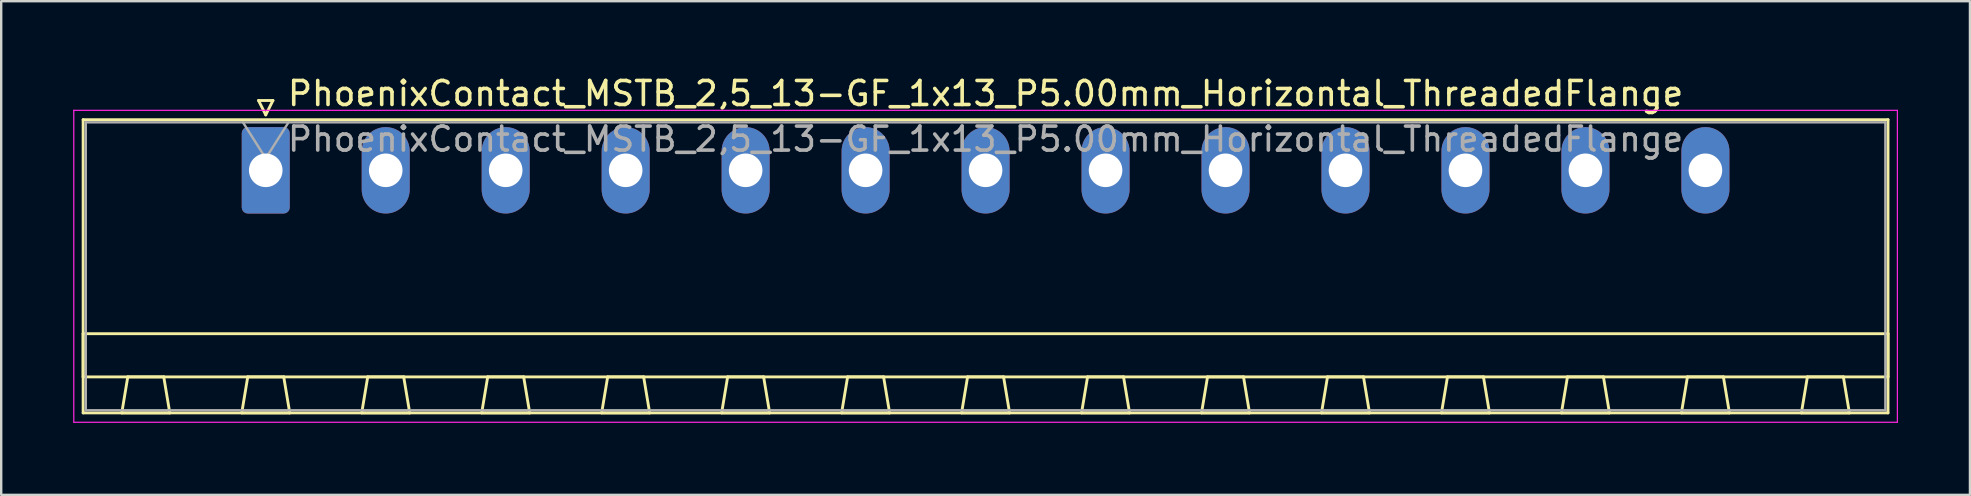
<source format=kicad_pcb>
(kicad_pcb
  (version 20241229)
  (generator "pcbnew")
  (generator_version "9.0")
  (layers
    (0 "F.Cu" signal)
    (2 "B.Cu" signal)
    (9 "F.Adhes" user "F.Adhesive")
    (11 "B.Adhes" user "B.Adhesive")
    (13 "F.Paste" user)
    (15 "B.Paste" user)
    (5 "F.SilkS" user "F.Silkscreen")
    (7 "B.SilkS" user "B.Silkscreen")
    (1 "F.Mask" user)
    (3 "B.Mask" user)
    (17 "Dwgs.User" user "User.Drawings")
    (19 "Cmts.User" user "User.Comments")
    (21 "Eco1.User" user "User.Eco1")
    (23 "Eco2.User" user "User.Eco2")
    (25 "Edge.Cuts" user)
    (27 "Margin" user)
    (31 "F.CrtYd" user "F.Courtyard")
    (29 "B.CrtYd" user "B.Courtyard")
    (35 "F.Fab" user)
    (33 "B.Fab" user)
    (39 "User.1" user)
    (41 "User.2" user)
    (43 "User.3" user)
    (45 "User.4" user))
  (footprint "PhoenixContact_MSTB_2,5_13-GF_1x13_P5.00mm_Horizontal_ThreadedFlange"
    (layer "F.Cu")
    (at 8.025 4.048)
    (property "Reference" "PhoenixContact_MSTB_2,5_13-GF_1x13_P5.00mm_Horizontal_ThreadedFlange" (at 30 -3.2 0) (layer "F.SilkS") (effects (font (size 1 1) (thickness 0.15))))
    (attr through_hole)
    (fp_line (start -7.61 -2.11) (end -7.61 10.11) (stroke (width 0.12) (type solid)) (layer "F.SilkS"))
    (fp_line (start -7.61 6.81) (end 67.61 6.81) (stroke (width 0.12) (type solid)) (layer "F.SilkS"))
    (fp_line (start -7.61 8.61) (end -7.61 6.81) (stroke (width 0.12) (type solid)) (layer "F.SilkS"))
    (fp_line (start -7.61 10.11) (end 67.61 10.11) (stroke (width 0.12) (type solid)) (layer "F.SilkS"))
    (fp_line (start -6 10.11) (end -4 10.11) (stroke (width 0.12) (type solid)) (layer "F.SilkS"))
    (fp_line (start -5.75 8.61) (end -6 10.11) (stroke (width 0.12) (type solid)) (layer "F.SilkS"))
    (fp_line (start -4.25 8.61) (end -5.75 8.61) (stroke (width 0.12) (type solid)) (layer "F.SilkS"))
    (fp_line (start -4 10.11) (end -4.25 8.61) (stroke (width 0.12) (type solid)) (layer "F.SilkS"))
    (fp_line (start -1 10.11) (end 1 10.11) (stroke (width 0.12) (type solid)) (layer "F.SilkS"))
    (fp_line (start -0.75 8.61) (end -1 10.11) (stroke (width 0.12) (type solid)) (layer "F.SilkS"))
    (fp_line (start -0.3 -2.91) (end 0.3 -2.91) (stroke (width 0.12) (type solid)) (layer "F.SilkS"))
    (fp_line (start 0 -2.31) (end -0.3 -2.91) (stroke (width 0.12) (type solid)) (layer "F.SilkS"))
    (fp_line (start 0.3 -2.91) (end 0 -2.31) (stroke (width 0.12) (type solid)) (layer "F.SilkS"))
    (fp_line (start 0.75 8.61) (end -0.75 8.61) (stroke (width 0.12) (type solid)) (layer "F.SilkS"))
    (fp_line (start 1 10.11) (end 0.75 8.61) (stroke (width 0.12) (type solid)) (layer "F.SilkS"))
    (fp_line (start 4 10.11) (end 6 10.11) (stroke (width 0.12) (type solid)) (layer "F.SilkS"))
    (fp_line (start 4.25 8.61) (end 4 10.11) (stroke (width 0.12) (type solid)) (layer "F.SilkS"))
    (fp_line (start 5.75 8.61) (end 4.25 8.61) (stroke (width 0.12) (type solid)) (layer "F.SilkS"))
    (fp_line (start 6 10.11) (end 5.75 8.61) (stroke (width 0.12) (type solid)) (layer "F.SilkS"))
    (fp_line (start 9 10.11) (end 11 10.11) (stroke (width 0.12) (type solid)) (layer "F.SilkS"))
    (fp_line (start 9.25 8.61) (end 9 10.11) (stroke (width 0.12) (type solid)) (layer "F.SilkS"))
    (fp_line (start 10.75 8.61) (end 9.25 8.61) (stroke (width 0.12) (type solid)) (layer "F.SilkS"))
    (fp_line (start 11 10.11) (end 10.75 8.61) (stroke (width 0.12) (type solid)) (layer "F.SilkS"))
    (fp_line (start 14 10.11) (end 16 10.11) (stroke (width 0.12) (type solid)) (layer "F.SilkS"))
    (fp_line (start 14.25 8.61) (end 14 10.11) (stroke (width 0.12) (type solid)) (layer "F.SilkS"))
    (fp_line (start 15.75 8.61) (end 14.25 8.61) (stroke (width 0.12) (type solid)) (layer "F.SilkS"))
    (fp_line (start 16 10.11) (end 15.75 8.61) (stroke (width 0.12) (type solid)) (layer "F.SilkS"))
    (fp_line (start 19 10.11) (end 21 10.11) (stroke (width 0.12) (type solid)) (layer "F.SilkS"))
    (fp_line (start 19.25 8.61) (end 19 10.11) (stroke (width 0.12) (type solid)) (layer "F.SilkS"))
    (fp_line (start 20.75 8.61) (end 19.25 8.61) (stroke (width 0.12) (type solid)) (layer "F.SilkS"))
    (fp_line (start 21 10.11) (end 20.75 8.61) (stroke (width 0.12) (type solid)) (layer "F.SilkS"))
    (fp_line (start 24 10.11) (end 26 10.11) (stroke (width 0.12) (type solid)) (layer "F.SilkS"))
    (fp_line (start 24.25 8.61) (end 24 10.11) (stroke (width 0.12) (type solid)) (layer "F.SilkS"))
    (fp_line (start 25.75 8.61) (end 24.25 8.61) (stroke (width 0.12) (type solid)) (layer "F.SilkS"))
    (fp_line (start 26 10.11) (end 25.75 8.61) (stroke (width 0.12) (type solid)) (layer "F.SilkS"))
    (fp_line (start 29 10.11) (end 31 10.11) (stroke (width 0.12) (type solid)) (layer "F.SilkS"))
    (fp_line (start 29.25 8.61) (end 29 10.11) (stroke (width 0.12) (type solid)) (layer "F.SilkS"))
    (fp_line (start 30.75 8.61) (end 29.25 8.61) (stroke (width 0.12) (type solid)) (layer "F.SilkS"))
    (fp_line (start 31 10.11) (end 30.75 8.61) (stroke (width 0.12) (type solid)) (layer "F.SilkS"))
    (fp_line (start 34 10.11) (end 36 10.11) (stroke (width 0.12) (type solid)) (layer "F.SilkS"))
    (fp_line (start 34.25 8.61) (end 34 10.11) (stroke (width 0.12) (type solid)) (layer "F.SilkS"))
    (fp_line (start 35.75 8.61) (end 34.25 8.61) (stroke (width 0.12) (type solid)) (layer "F.SilkS"))
    (fp_line (start 36 10.11) (end 35.75 8.61) (stroke (width 0.12) (type solid)) (layer "F.SilkS"))
    (fp_line (start 39 10.11) (end 41 10.11) (stroke (width 0.12) (type solid)) (layer "F.SilkS"))
    (fp_line (start 39.25 8.61) (end 39 10.11) (stroke (width 0.12) (type solid)) (layer "F.SilkS"))
    (fp_line (start 40.75 8.61) (end 39.25 8.61) (stroke (width 0.12) (type solid)) (layer "F.SilkS"))
    (fp_line (start 41 10.11) (end 40.75 8.61) (stroke (width 0.12) (type solid)) (layer "F.SilkS"))
    (fp_line (start 44 10.11) (end 46 10.11) (stroke (width 0.12) (type solid)) (layer "F.SilkS"))
    (fp_line (start 44.25 8.61) (end 44 10.11) (stroke (width 0.12) (type solid)) (layer "F.SilkS"))
    (fp_line (start 45.75 8.61) (end 44.25 8.61) (stroke (width 0.12) (type solid)) (layer "F.SilkS"))
    (fp_line (start 46 10.11) (end 45.75 8.61) (stroke (width 0.12) (type solid)) (layer "F.SilkS"))
    (fp_line (start 49 10.11) (end 51 10.11) (stroke (width 0.12) (type solid)) (layer "F.SilkS"))
    (fp_line (start 49.25 8.61) (end 49 10.11) (stroke (width 0.12) (type solid)) (layer "F.SilkS"))
    (fp_line (start 50.75 8.61) (end 49.25 8.61) (stroke (width 0.12) (type solid)) (layer "F.SilkS"))
    (fp_line (start 51 10.11) (end 50.75 8.61) (stroke (width 0.12) (type solid)) (layer "F.SilkS"))
    (fp_line (start 54 10.11) (end 56 10.11) (stroke (width 0.12) (type solid)) (layer "F.SilkS"))
    (fp_line (start 54.25 8.61) (end 54 10.11) (stroke (width 0.12) (type solid)) (layer "F.SilkS"))
    (fp_line (start 55.75 8.61) (end 54.25 8.61) (stroke (width 0.12) (type solid)) (layer "F.SilkS"))
    (fp_line (start 56 10.11) (end 55.75 8.61) (stroke (width 0.12) (type solid)) (layer "F.SilkS"))
    (fp_line (start 59 10.11) (end 61 10.11) (stroke (width 0.12) (type solid)) (layer "F.SilkS"))
    (fp_line (start 59.25 8.61) (end 59 10.11) (stroke (width 0.12) (type solid)) (layer "F.SilkS"))
    (fp_line (start 60.75 8.61) (end 59.25 8.61) (stroke (width 0.12) (type solid)) (layer "F.SilkS"))
    (fp_line (start 61 10.11) (end 60.75 8.61) (stroke (width 0.12) (type solid)) (layer "F.SilkS"))
    (fp_line (start 64 10.11) (end 66 10.11) (stroke (width 0.12) (type solid)) (layer "F.SilkS"))
    (fp_line (start 64.25 8.61) (end 64 10.11) (stroke (width 0.12) (type solid)) (layer "F.SilkS"))
    (fp_line (start 65.75 8.61) (end 64.25 8.61) (stroke (width 0.12) (type solid)) (layer "F.SilkS"))
    (fp_line (start 66 10.11) (end 65.75 8.61) (stroke (width 0.12) (type solid)) (layer "F.SilkS"))
    (fp_line (start 67.61 -2.11) (end -7.61 -2.11) (stroke (width 0.12) (type solid)) (layer "F.SilkS"))
    (fp_line (start 67.61 6.81) (end 67.61 8.61) (stroke (width 0.12) (type solid)) (layer "F.SilkS"))
    (fp_line (start 67.61 8.61) (end -7.61 8.61) (stroke (width 0.12) (type solid)) (layer "F.SilkS"))
    (fp_line (start 67.61 10.11) (end 67.61 -2.11) (stroke (width 0.12) (type solid)) (layer "F.SilkS"))
    (fp_line (start -8 -2.5) (end -8 10.5) (stroke (width 0.05) (type solid)) (layer "F.CrtYd"))
    (fp_line (start -8 10.5) (end 68 10.5) (stroke (width 0.05) (type solid)) (layer "F.CrtYd"))
    (fp_line (start 68 -2.5) (end -8 -2.5) (stroke (width 0.05) (type solid)) (layer "F.CrtYd"))
    (fp_line (start 68 10.5) (end 68 -2.5) (stroke (width 0.05) (type solid)) (layer "F.CrtYd"))
    (fp_line (start -7.5 -2) (end -7.5 10) (stroke (width 0.1) (type solid)) (layer "F.Fab"))
    (fp_line (start -7.5 10) (end 67.5 10) (stroke (width 0.1) (type solid)) (layer "F.Fab"))
    (fp_line (start 0 -0.5) (end -0.95 -2) (stroke (width 0.1) (type solid)) (layer "F.Fab"))
    (fp_line (start 0.95 -2) (end 0 -0.5) (stroke (width 0.1) (type solid)) (layer "F.Fab"))
    (fp_line (start 67.5 -2) (end -7.5 -2) (stroke (width 0.1) (type solid)) (layer "F.Fab"))
    (fp_line (start 67.5 10) (end 67.5 -2) (stroke (width 0.1) (type solid)) (layer "F.Fab"))
    (fp_text user "${REFERENCE}" (at 30 -1.3 0) (layer "F.Fab") (effects (font (size 1 1) (thickness 0.15))))
    (pad "1" thru_hole roundrect (at 0 0) (size 2 3.6) (drill 1.4) (layers "*.Cu" "*.Mask") (roundrect_rratio 0.125))
    (pad "2" thru_hole oval (at 5 0) (size 2 3.6) (drill 1.4) (layers "*.Cu" "*.Mask"))
    (pad "3" thru_hole oval (at 10 0) (size 2 3.6) (drill 1.4) (layers "*.Cu" "*.Mask"))
    (pad "4" thru_hole oval (at 15 0) (size 2 3.6) (drill 1.4) (layers "*.Cu" "*.Mask"))
    (pad "5" thru_hole oval (at 20 0) (size 2 3.6) (drill 1.4) (layers "*.Cu" "*.Mask"))
    (pad "6" thru_hole oval (at 25 0) (size 2 3.6) (drill 1.4) (layers "*.Cu" "*.Mask"))
    (pad "7" thru_hole oval (at 30 0) (size 2 3.6) (drill 1.4) (layers "*.Cu" "*.Mask"))
    (pad "8" thru_hole oval (at 35 0) (size 2 3.6) (drill 1.4) (layers "*.Cu" "*.Mask"))
    (pad "9" thru_hole oval (at 40 0) (size 2 3.6) (drill 1.4) (layers "*.Cu" "*.Mask"))
    (pad "10" thru_hole oval (at 45 0) (size 2 3.6) (drill 1.4) (layers "*.Cu" "*.Mask"))
    (pad "11" thru_hole oval (at 50 0) (size 2 3.6) (drill 1.4) (layers "*.Cu" "*.Mask"))
    (pad "12" thru_hole oval (at 55 0) (size 2 3.6) (drill 1.4) (layers "*.Cu" "*.Mask"))
    (pad "13" thru_hole oval (at 60 0) (size 2 3.6) (drill 1.4) (layers "*.Cu" "*.Mask")))
  (gr_rect
    (start -3 -3)
    (end 79.05 17.573)
    (stroke (width 0.1) (type default))
    (fill no)
    (layer "Edge.Cuts")))
</source>
